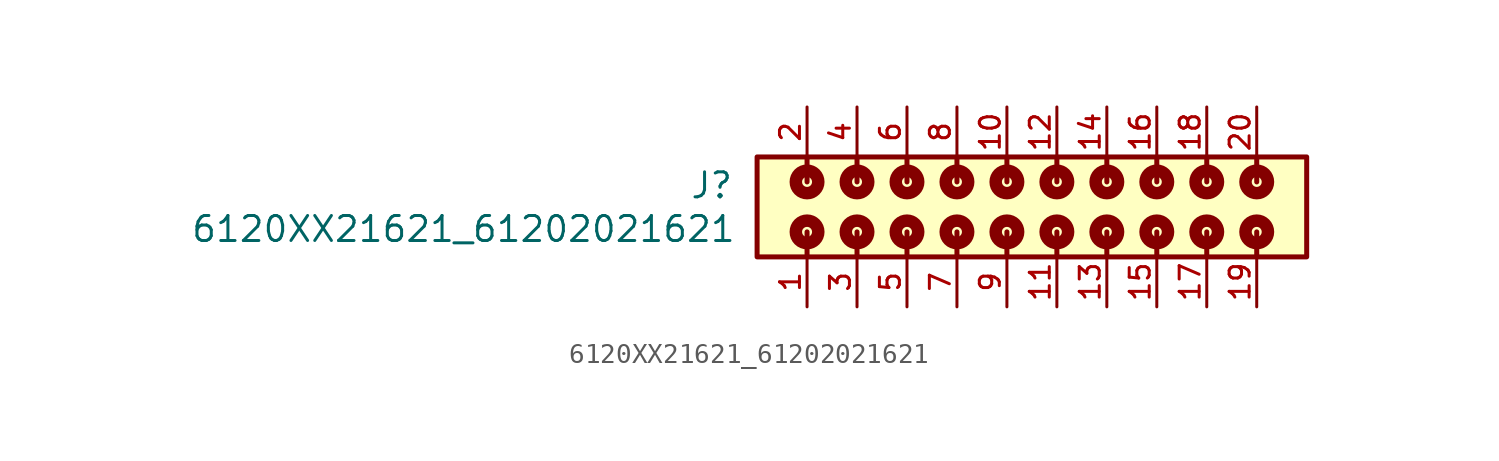
<source format=kicad_sym>
(kicad_symbol_lib
  (version 20211014)
  (generator kicad_symbol_editor)
  (symbol "6120XX21621_61202021621"
    (pin_names
      (offset 1.016))
    (property "Reference" "J"
      (at -13.88 0.35 0)
      (effects (font (size 1.27 1.27)) (justify bottom right)))
    (property "Value" "6120XX21621_61202021621"
      (at -13.74 -1.87 0)
      (effects (font (size 1.27 1.27)) (justify bottom right)))
    (symbol "6120XX21621_61202021621_0_0"
      (polyline (pts (xy -10.16 1.27) (xy -10.16 2.54)) (stroke (width 0.254)))
      (polyline (pts (xy -10.16 -1.27) (xy -10.16 -2.54)) (stroke (width 0.254)))
      (polyline (pts (xy -7.62 1.27) (xy -7.62 2.54)) (stroke (width 0.254)))
      (polyline (pts (xy -7.62 -1.27) (xy -7.62 -2.54)) (stroke (width 0.254)))
      (polyline (pts (xy -5.08 1.27) (xy -5.08 2.54)) (stroke (width 0.254)))
      (polyline (pts (xy -5.08 -1.27) (xy -5.08 -2.54)) (stroke (width 0.254)))
      (polyline (pts (xy -2.54 1.27) (xy -2.54 2.54)) (stroke (width 0.254)))
      (polyline (pts (xy -2.54 -1.27) (xy -2.54 -2.54)) (stroke (width 0.254)))
      (polyline (pts (xy 0.0 1.27) (xy 0.0 2.54)) (stroke (width 0.254)))
      (polyline (pts (xy 0.0 -1.27) (xy 0.0 -2.54)) (stroke (width 0.254)))
      (polyline (pts (xy 2.54 1.27) (xy 2.54 2.54)) (stroke (width 0.254)))
      (polyline (pts (xy 2.54 -1.27) (xy 2.54 -2.54)) (stroke (width 0.254)))
      (polyline (pts (xy 5.08 1.27) (xy 5.08 2.54)) (stroke (width 0.254)))
      (polyline (pts (xy 5.08 -1.27) (xy 5.08 -2.54)) (stroke (width 0.254)))
      (polyline (pts (xy 7.62 1.27) (xy 7.62 2.54)) (stroke (width 0.254)))
      (polyline (pts (xy 7.62 -1.27) (xy 7.62 -2.54)) (stroke (width 0.254)))
      (polyline (pts (xy 10.16 1.27) (xy 10.16 2.54)) (stroke (width 0.254)))
      (polyline (pts (xy 10.16 -1.27) (xy 10.16 -2.54)) (stroke (width 0.254)))
      (polyline (pts (xy 12.7 1.27) (xy 12.7 2.54)) (stroke (width 0.254)))
      (polyline (pts (xy 12.7 -1.27) (xy 12.7 -2.54)) (stroke (width 0.254)))
      (circle (center -10.16 -1.27) (radius 0.254) (stroke (width 0.635)) (fill (type none)))
      (circle (center -10.16 1.27) (radius 0.254) (stroke (width 0.635)) (fill (type none)))
      (circle (center -7.62 -1.27) (radius 0.254) (stroke (width 0.635)) (fill (type none)))
      (circle (center -7.62 1.27) (radius 0.254) (stroke (width 0.635)) (fill (type none)))
      (circle (center -5.08 -1.27) (radius 0.254) (stroke (width 0.635)) (fill (type none)))
      (circle (center -5.08 1.27) (radius 0.254) (stroke (width 0.635)) (fill (type none)))
      (circle (center -2.54 -1.27) (radius 0.254) (stroke (width 0.635)) (fill (type none)))
      (circle (center -2.54 1.27) (radius 0.254) (stroke (width 0.635)) (fill (type none)))
      (circle (center 0.0 -1.27) (radius 0.254) (stroke (width 0.635)) (fill (type none)))
      (circle (center 0.0 1.27) (radius 0.254) (stroke (width 0.635)) (fill (type none)))
      (circle (center 2.54 -1.27) (radius 0.254) (stroke (width 0.635)) (fill (type none)))
      (circle (center 2.54 1.27) (radius 0.254) (stroke (width 0.635)) (fill (type none)))
      (circle (center 5.08 -1.27) (radius 0.254) (stroke (width 0.635)) (fill (type none)))
      (circle (center 5.08 1.27) (radius 0.254) (stroke (width 0.635)) (fill (type none)))
      (circle (center 7.62 -1.27) (radius 0.254) (stroke (width 0.635)) (fill (type none)))
      (circle (center 7.62 1.27) (radius 0.254) (stroke (width 0.635)) (fill (type none)))
      (circle (center 10.16 -1.27) (radius 0.254) (stroke (width 0.635)) (fill (type none)))
      (circle (center 10.16 1.27) (radius 0.254) (stroke (width 0.635)) (fill (type none)))
      (circle (center 12.7 -1.27) (radius 0.254) (stroke (width 0.635)) (fill (type none)))
      (circle (center 12.7 1.27) (radius 0.254) (stroke (width 0.635)) (fill (type none)))
      (rectangle (start -12.7 -2.54) (end 15.24 2.54) (stroke (width 0.254)) (fill (type background)))
      (pin passive line (at -10.16 -5.08 90.0) (length 2.54) (name "~" (effects (font (size 1.016 1.016)))) (number "1" (effects (font (size 1.016 1.016)))))
      (pin passive line (at -10.16 5.08 270.0) (length 2.54) (name "~" (effects (font (size 1.016 1.016)))) (number "2" (effects (font (size 1.016 1.016)))))
      (pin passive line (at -7.62 -5.08 90.0) (length 2.54) (name "~" (effects (font (size 1.016 1.016)))) (number "3" (effects (font (size 1.016 1.016)))))
      (pin passive line (at -7.62 5.08 270.0) (length 2.54) (name "~" (effects (font (size 1.016 1.016)))) (number "4" (effects (font (size 1.016 1.016)))))
      (pin passive line (at -5.08 -5.08 90.0) (length 2.54) (name "~" (effects (font (size 1.016 1.016)))) (number "5" (effects (font (size 1.016 1.016)))))
      (pin passive line (at -5.08 5.08 270.0) (length 2.54) (name "~" (effects (font (size 1.016 1.016)))) (number "6" (effects (font (size 1.016 1.016)))))
      (pin passive line (at -2.54 -5.08 90.0) (length 2.54) (name "~" (effects (font (size 1.016 1.016)))) (number "7" (effects (font (size 1.016 1.016)))))
      (pin passive line (at -2.54 5.08 270.0) (length 2.54) (name "~" (effects (font (size 1.016 1.016)))) (number "8" (effects (font (size 1.016 1.016)))))
      (pin passive line (at 0.0 -5.08 90.0) (length 2.54) (name "~" (effects (font (size 1.016 1.016)))) (number "9" (effects (font (size 1.016 1.016)))))
      (pin passive line (at 0.0 5.08 270.0) (length 2.54) (name "~" (effects (font (size 1.016 1.016)))) (number "10" (effects (font (size 1.016 1.016)))))
      (pin passive line (at 2.54 -5.08 90.0) (length 2.54) (name "~" (effects (font (size 1.016 1.016)))) (number "11" (effects (font (size 1.016 1.016)))))
      (pin passive line (at 2.54 5.08 270.0) (length 2.54) (name "~" (effects (font (size 1.016 1.016)))) (number "12" (effects (font (size 1.016 1.016)))))
      (pin passive line (at 5.08 -5.08 90.0) (length 2.54) (name "~" (effects (font (size 1.016 1.016)))) (number "13" (effects (font (size 1.016 1.016)))))
      (pin passive line (at 5.08 5.08 270.0) (length 2.54) (name "~" (effects (font (size 1.016 1.016)))) (number "14" (effects (font (size 1.016 1.016)))))
      (pin passive line (at 7.62 -5.08 90.0) (length 2.54) (name "~" (effects (font (size 1.016 1.016)))) (number "15" (effects (font (size 1.016 1.016)))))
      (pin passive line (at 7.62 5.08 270.0) (length 2.54) (name "~" (effects (font (size 1.016 1.016)))) (number "16" (effects (font (size 1.016 1.016)))))
      (pin passive line (at 10.16 -5.08 90.0) (length 2.54) (name "~" (effects (font (size 1.016 1.016)))) (number "17" (effects (font (size 1.016 1.016)))))
      (pin passive line (at 10.16 5.08 270.0) (length 2.54) (name "~" (effects (font (size 1.016 1.016)))) (number "18" (effects (font (size 1.016 1.016)))))
      (pin passive line (at 12.7 -5.08 90.0) (length 2.54) (name "~" (effects (font (size 1.016 1.016)))) (number "19" (effects (font (size 1.016 1.016)))))
      (pin passive line (at 12.7 5.08 270.0) (length 2.54) (name "~" (effects (font (size 1.016 1.016)))) (number "20" (effects (font (size 1.016 1.016))))))))
</source>
